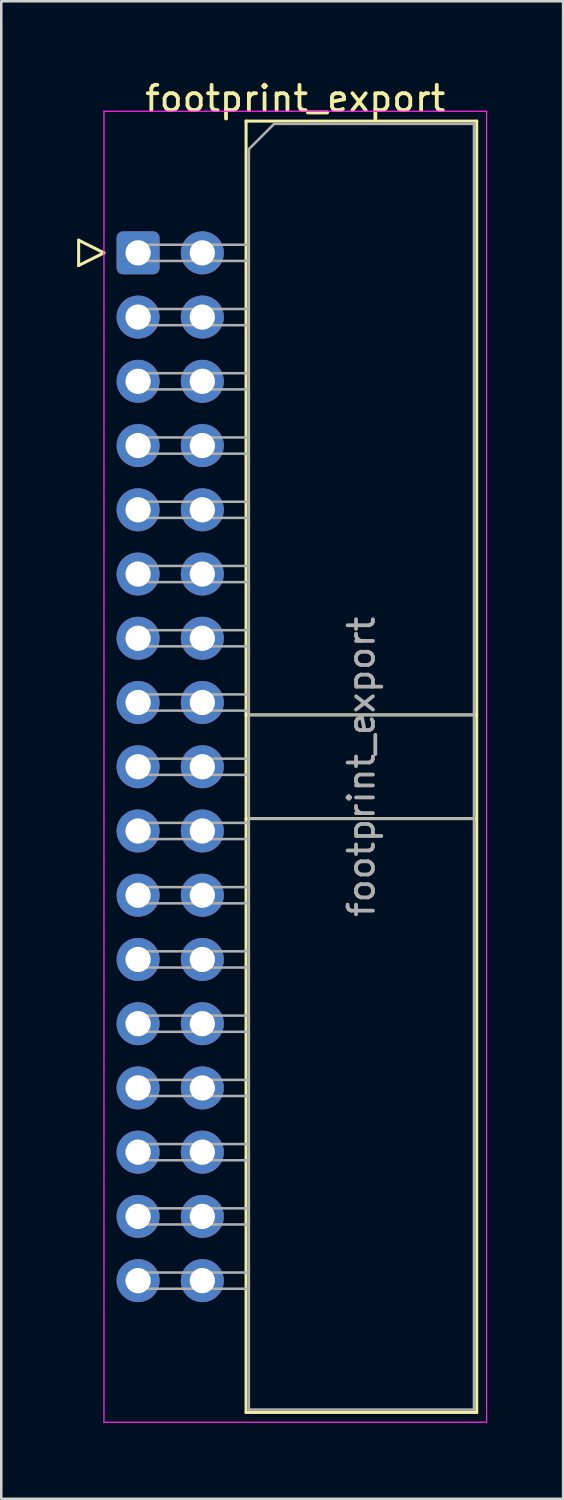
<source format=kicad_pcb>
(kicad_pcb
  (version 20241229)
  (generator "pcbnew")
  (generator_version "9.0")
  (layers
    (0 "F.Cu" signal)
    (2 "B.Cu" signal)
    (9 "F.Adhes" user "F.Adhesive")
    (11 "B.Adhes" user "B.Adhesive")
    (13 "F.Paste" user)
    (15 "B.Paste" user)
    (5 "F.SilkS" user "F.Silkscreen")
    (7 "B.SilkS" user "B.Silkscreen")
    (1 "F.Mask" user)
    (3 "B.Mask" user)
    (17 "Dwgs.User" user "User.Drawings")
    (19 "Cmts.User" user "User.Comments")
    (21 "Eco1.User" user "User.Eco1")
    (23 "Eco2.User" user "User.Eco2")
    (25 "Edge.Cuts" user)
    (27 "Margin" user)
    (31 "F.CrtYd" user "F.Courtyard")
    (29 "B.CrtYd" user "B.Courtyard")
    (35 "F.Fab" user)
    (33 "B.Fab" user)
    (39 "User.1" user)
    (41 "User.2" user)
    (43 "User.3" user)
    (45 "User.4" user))
  (footprint "footprint_export"
    (layer "F.Cu")
    (at 2.41 6.948)
    (property "Reference" "footprint_export" (at 6.215 -6.1 0) (layer "F.SilkS") (effects (font (size 1 1) (thickness 0.15))))
    (attr through_hole)
    (fp_line (start -2.35 -0.5) (end -2.35 0.5) (stroke (width 0.12) (type solid)) (layer "F.SilkS"))
    (fp_line (start -2.35 0.5) (end -1.35 0) (stroke (width 0.12) (type solid)) (layer "F.SilkS"))
    (fp_line (start -1.35 0) (end -2.35 -0.5) (stroke (width 0.12) (type solid)) (layer "F.SilkS"))
    (fp_line (start 4.27 -5.21) (end 13.39 -5.21) (stroke (width 0.12) (type solid)) (layer "F.SilkS"))
    (fp_line (start 4.27 18.27) (end 13.39 18.27) (stroke (width 0.12) (type solid)) (layer "F.SilkS"))
    (fp_line (start 4.27 22.37) (end 13.39 22.37) (stroke (width 0.12) (type solid)) (layer "F.SilkS"))
    (fp_line (start 4.27 45.85) (end 4.27 -5.21) (stroke (width 0.12) (type solid)) (layer "F.SilkS"))
    (fp_line (start 13.39 -5.21) (end 13.39 45.85) (stroke (width 0.12) (type solid)) (layer "F.SilkS"))
    (fp_line (start 13.39 45.85) (end 4.27 45.85) (stroke (width 0.12) (type solid)) (layer "F.SilkS"))
    (fp_line (start -1.35 -5.6) (end -1.35 46.24) (stroke (width 0.05) (type solid)) (layer "F.CrtYd"))
    (fp_line (start -1.35 46.24) (end 13.78 46.24) (stroke (width 0.05) (type solid)) (layer "F.CrtYd"))
    (fp_line (start 13.78 -5.6) (end -1.35 -5.6) (stroke (width 0.05) (type solid)) (layer "F.CrtYd"))
    (fp_line (start 13.78 46.24) (end 13.78 -5.6) (stroke (width 0.05) (type solid)) (layer "F.CrtYd"))
    (fp_line (start -0.32 -0.32) (end -0.32 0.32) (stroke (width 0.1) (type solid)) (layer "F.Fab"))
    (fp_line (start -0.32 0.32) (end 4.38 0.32) (stroke (width 0.1) (type solid)) (layer "F.Fab"))
    (fp_line (start -0.32 2.22) (end -0.32 2.86) (stroke (width 0.1) (type solid)) (layer "F.Fab"))
    (fp_line (start -0.32 2.86) (end 4.38 2.86) (stroke (width 0.1) (type solid)) (layer "F.Fab"))
    (fp_line (start -0.32 4.76) (end -0.32 5.4) (stroke (width 0.1) (type solid)) (layer "F.Fab"))
    (fp_line (start -0.32 5.4) (end 4.38 5.4) (stroke (width 0.1) (type solid)) (layer "F.Fab"))
    (fp_line (start -0.32 7.3) (end -0.32 7.94) (stroke (width 0.1) (type solid)) (layer "F.Fab"))
    (fp_line (start -0.32 7.94) (end 4.38 7.94) (stroke (width 0.1) (type solid)) (layer "F.Fab"))
    (fp_line (start -0.32 9.84) (end -0.32 10.48) (stroke (width 0.1) (type solid)) (layer "F.Fab"))
    (fp_line (start -0.32 10.48) (end 4.38 10.48) (stroke (width 0.1) (type solid)) (layer "F.Fab"))
    (fp_line (start -0.32 12.38) (end -0.32 13.02) (stroke (width 0.1) (type solid)) (layer "F.Fab"))
    (fp_line (start -0.32 13.02) (end 4.38 13.02) (stroke (width 0.1) (type solid)) (layer "F.Fab"))
    (fp_line (start -0.32 14.92) (end -0.32 15.56) (stroke (width 0.1) (type solid)) (layer "F.Fab"))
    (fp_line (start -0.32 15.56) (end 4.38 15.56) (stroke (width 0.1) (type solid)) (layer "F.Fab"))
    (fp_line (start -0.32 17.46) (end -0.32 18.1) (stroke (width 0.1) (type solid)) (layer "F.Fab"))
    (fp_line (start -0.32 18.1) (end 4.38 18.1) (stroke (width 0.1) (type solid)) (layer "F.Fab"))
    (fp_line (start -0.32 20) (end -0.32 20.64) (stroke (width 0.1) (type solid)) (layer "F.Fab"))
    (fp_line (start -0.32 20.64) (end 4.38 20.64) (stroke (width 0.1) (type solid)) (layer "F.Fab"))
    (fp_line (start -0.32 22.54) (end -0.32 23.18) (stroke (width 0.1) (type solid)) (layer "F.Fab"))
    (fp_line (start -0.32 23.18) (end 4.38 23.18) (stroke (width 0.1) (type solid)) (layer "F.Fab"))
    (fp_line (start -0.32 25.08) (end -0.32 25.72) (stroke (width 0.1) (type solid)) (layer "F.Fab"))
    (fp_line (start -0.32 25.72) (end 4.38 25.72) (stroke (width 0.1) (type solid)) (layer "F.Fab"))
    (fp_line (start -0.32 27.62) (end -0.32 28.26) (stroke (width 0.1) (type solid)) (layer "F.Fab"))
    (fp_line (start -0.32 28.26) (end 4.38 28.26) (stroke (width 0.1) (type solid)) (layer "F.Fab"))
    (fp_line (start -0.32 30.16) (end -0.32 30.8) (stroke (width 0.1) (type solid)) (layer "F.Fab"))
    (fp_line (start -0.32 30.8) (end 4.38 30.8) (stroke (width 0.1) (type solid)) (layer "F.Fab"))
    (fp_line (start -0.32 32.7) (end -0.32 33.34) (stroke (width 0.1) (type solid)) (layer "F.Fab"))
    (fp_line (start -0.32 33.34) (end 4.38 33.34) (stroke (width 0.1) (type solid)) (layer "F.Fab"))
    (fp_line (start -0.32 35.24) (end -0.32 35.88) (stroke (width 0.1) (type solid)) (layer "F.Fab"))
    (fp_line (start -0.32 35.88) (end 4.38 35.88) (stroke (width 0.1) (type solid)) (layer "F.Fab"))
    (fp_line (start -0.32 37.78) (end -0.32 38.42) (stroke (width 0.1) (type solid)) (layer "F.Fab"))
    (fp_line (start -0.32 38.42) (end 4.38 38.42) (stroke (width 0.1) (type solid)) (layer "F.Fab"))
    (fp_line (start -0.32 40.32) (end -0.32 40.96) (stroke (width 0.1) (type solid)) (layer "F.Fab"))
    (fp_line (start -0.32 40.96) (end 4.38 40.96) (stroke (width 0.1) (type solid)) (layer "F.Fab"))
    (fp_line (start 4.38 -4.1) (end 5.38 -5.1) (stroke (width 0.1) (type solid)) (layer "F.Fab"))
    (fp_line (start 4.38 -0.32) (end -0.32 -0.32) (stroke (width 0.1) (type solid)) (layer "F.Fab"))
    (fp_line (start 4.38 2.22) (end -0.32 2.22) (stroke (width 0.1) (type solid)) (layer "F.Fab"))
    (fp_line (start 4.38 4.76) (end -0.32 4.76) (stroke (width 0.1) (type solid)) (layer "F.Fab"))
    (fp_line (start 4.38 7.3) (end -0.32 7.3) (stroke (width 0.1) (type solid)) (layer "F.Fab"))
    (fp_line (start 4.38 9.84) (end -0.32 9.84) (stroke (width 0.1) (type solid)) (layer "F.Fab"))
    (fp_line (start 4.38 12.38) (end -0.32 12.38) (stroke (width 0.1) (type solid)) (layer "F.Fab"))
    (fp_line (start 4.38 14.92) (end -0.32 14.92) (stroke (width 0.1) (type solid)) (layer "F.Fab"))
    (fp_line (start 4.38 17.46) (end -0.32 17.46) (stroke (width 0.1) (type solid)) (layer "F.Fab"))
    (fp_line (start 4.38 18.27) (end 13.28 18.27) (stroke (width 0.1) (type solid)) (layer "F.Fab"))
    (fp_line (start 4.38 20) (end -0.32 20) (stroke (width 0.1) (type solid)) (layer "F.Fab"))
    (fp_line (start 4.38 22.37) (end 13.28 22.37) (stroke (width 0.1) (type solid)) (layer "F.Fab"))
    (fp_line (start 4.38 22.54) (end -0.32 22.54) (stroke (width 0.1) (type solid)) (layer "F.Fab"))
    (fp_line (start 4.38 25.08) (end -0.32 25.08) (stroke (width 0.1) (type solid)) (layer "F.Fab"))
    (fp_line (start 4.38 27.62) (end -0.32 27.62) (stroke (width 0.1) (type solid)) (layer "F.Fab"))
    (fp_line (start 4.38 30.16) (end -0.32 30.16) (stroke (width 0.1) (type solid)) (layer "F.Fab"))
    (fp_line (start 4.38 32.7) (end -0.32 32.7) (stroke (width 0.1) (type solid)) (layer "F.Fab"))
    (fp_line (start 4.38 35.24) (end -0.32 35.24) (stroke (width 0.1) (type solid)) (layer "F.Fab"))
    (fp_line (start 4.38 37.78) (end -0.32 37.78) (stroke (width 0.1) (type solid)) (layer "F.Fab"))
    (fp_line (start 4.38 40.32) (end -0.32 40.32) (stroke (width 0.1) (type solid)) (layer "F.Fab"))
    (fp_line (start 4.38 45.74) (end 4.38 -4.1) (stroke (width 0.1) (type solid)) (layer "F.Fab"))
    (fp_line (start 5.38 -5.1) (end 13.28 -5.1) (stroke (width 0.1) (type solid)) (layer "F.Fab"))
    (fp_line (start 13.28 -5.1) (end 13.28 45.74) (stroke (width 0.1) (type solid)) (layer "F.Fab"))
    (fp_line (start 13.28 45.74) (end 4.38 45.74) (stroke (width 0.1) (type solid)) (layer "F.Fab"))
    (fp_text user "${REFERENCE}" (at 8.83 20.32 90) (layer "F.Fab") (effects (font (size 1 1) (thickness 0.15))))
    (pad "1" thru_hole roundrect (at 0 0) (size 1.7 1.7) (drill 1) (layers "*.Cu" "*.Mask") (roundrect_rratio 0.147))
    (pad "2" thru_hole circle (at 2.54 0) (size 1.7 1.7) (drill 1) (layers "*.Cu" "*.Mask"))
    (pad "3" thru_hole circle (at 0 2.54) (size 1.7 1.7) (drill 1) (layers "*.Cu" "*.Mask"))
    (pad "4" thru_hole circle (at 2.54 2.54) (size 1.7 1.7) (drill 1) (layers "*.Cu" "*.Mask"))
    (pad "5" thru_hole circle (at 0 5.08) (size 1.7 1.7) (drill 1) (layers "*.Cu" "*.Mask"))
    (pad "6" thru_hole circle (at 2.54 5.08) (size 1.7 1.7) (drill 1) (layers "*.Cu" "*.Mask"))
    (pad "7" thru_hole circle (at 0 7.62) (size 1.7 1.7) (drill 1) (layers "*.Cu" "*.Mask"))
    (pad "8" thru_hole circle (at 2.54 7.62) (size 1.7 1.7) (drill 1) (layers "*.Cu" "*.Mask"))
    (pad "9" thru_hole circle (at 0 10.16) (size 1.7 1.7) (drill 1) (layers "*.Cu" "*.Mask"))
    (pad "10" thru_hole circle (at 2.54 10.16) (size 1.7 1.7) (drill 1) (layers "*.Cu" "*.Mask"))
    (pad "11" thru_hole circle (at 0 12.7) (size 1.7 1.7) (drill 1) (layers "*.Cu" "*.Mask"))
    (pad "12" thru_hole circle (at 2.54 12.7) (size 1.7 1.7) (drill 1) (layers "*.Cu" "*.Mask"))
    (pad "13" thru_hole circle (at 0 15.24) (size 1.7 1.7) (drill 1) (layers "*.Cu" "*.Mask"))
    (pad "14" thru_hole circle (at 2.54 15.24) (size 1.7 1.7) (drill 1) (layers "*.Cu" "*.Mask"))
    (pad "15" thru_hole circle (at 0 17.78) (size 1.7 1.7) (drill 1) (layers "*.Cu" "*.Mask"))
    (pad "16" thru_hole circle (at 2.54 17.78) (size 1.7 1.7) (drill 1) (layers "*.Cu" "*.Mask"))
    (pad "17" thru_hole circle (at 0 20.32) (size 1.7 1.7) (drill 1) (layers "*.Cu" "*.Mask"))
    (pad "18" thru_hole circle (at 2.54 20.32) (size 1.7 1.7) (drill 1) (layers "*.Cu" "*.Mask"))
    (pad "19" thru_hole circle (at 0 22.86) (size 1.7 1.7) (drill 1) (layers "*.Cu" "*.Mask"))
    (pad "20" thru_hole circle (at 2.54 22.86) (size 1.7 1.7) (drill 1) (layers "*.Cu" "*.Mask"))
    (pad "21" thru_hole circle (at 0 25.4) (size 1.7 1.7) (drill 1) (layers "*.Cu" "*.Mask"))
    (pad "22" thru_hole circle (at 2.54 25.4) (size 1.7 1.7) (drill 1) (layers "*.Cu" "*.Mask"))
    (pad "23" thru_hole circle (at 0 27.94) (size 1.7 1.7) (drill 1) (layers "*.Cu" "*.Mask"))
    (pad "24" thru_hole circle (at 2.54 27.94) (size 1.7 1.7) (drill 1) (layers "*.Cu" "*.Mask"))
    (pad "25" thru_hole circle (at 0 30.48) (size 1.7 1.7) (drill 1) (layers "*.Cu" "*.Mask"))
    (pad "26" thru_hole circle (at 2.54 30.48) (size 1.7 1.7) (drill 1) (layers "*.Cu" "*.Mask"))
    (pad "27" thru_hole circle (at 0 33.02) (size 1.7 1.7) (drill 1) (layers "*.Cu" "*.Mask"))
    (pad "28" thru_hole circle (at 2.54 33.02) (size 1.7 1.7) (drill 1) (layers "*.Cu" "*.Mask"))
    (pad "29" thru_hole circle (at 0 35.56) (size 1.7 1.7) (drill 1) (layers "*.Cu" "*.Mask"))
    (pad "30" thru_hole circle (at 2.54 35.56) (size 1.7 1.7) (drill 1) (layers "*.Cu" "*.Mask"))
    (pad "31" thru_hole circle (at 0 38.1) (size 1.7 1.7) (drill 1) (layers "*.Cu" "*.Mask"))
    (pad "32" thru_hole circle (at 2.54 38.1) (size 1.7 1.7) (drill 1) (layers "*.Cu" "*.Mask"))
    (pad "33" thru_hole circle (at 0 40.64) (size 1.7 1.7) (drill 1) (layers "*.Cu" "*.Mask"))
    (pad "34" thru_hole circle (at 2.54 40.64) (size 1.7 1.7) (drill 1) (layers "*.Cu" "*.Mask")))
  (gr_rect
    (start -3 -3)
    (end 19.215 56.213)
    (stroke (width 0.1) (type default))
    (fill no)
    (layer "Edge.Cuts")))
</source>
